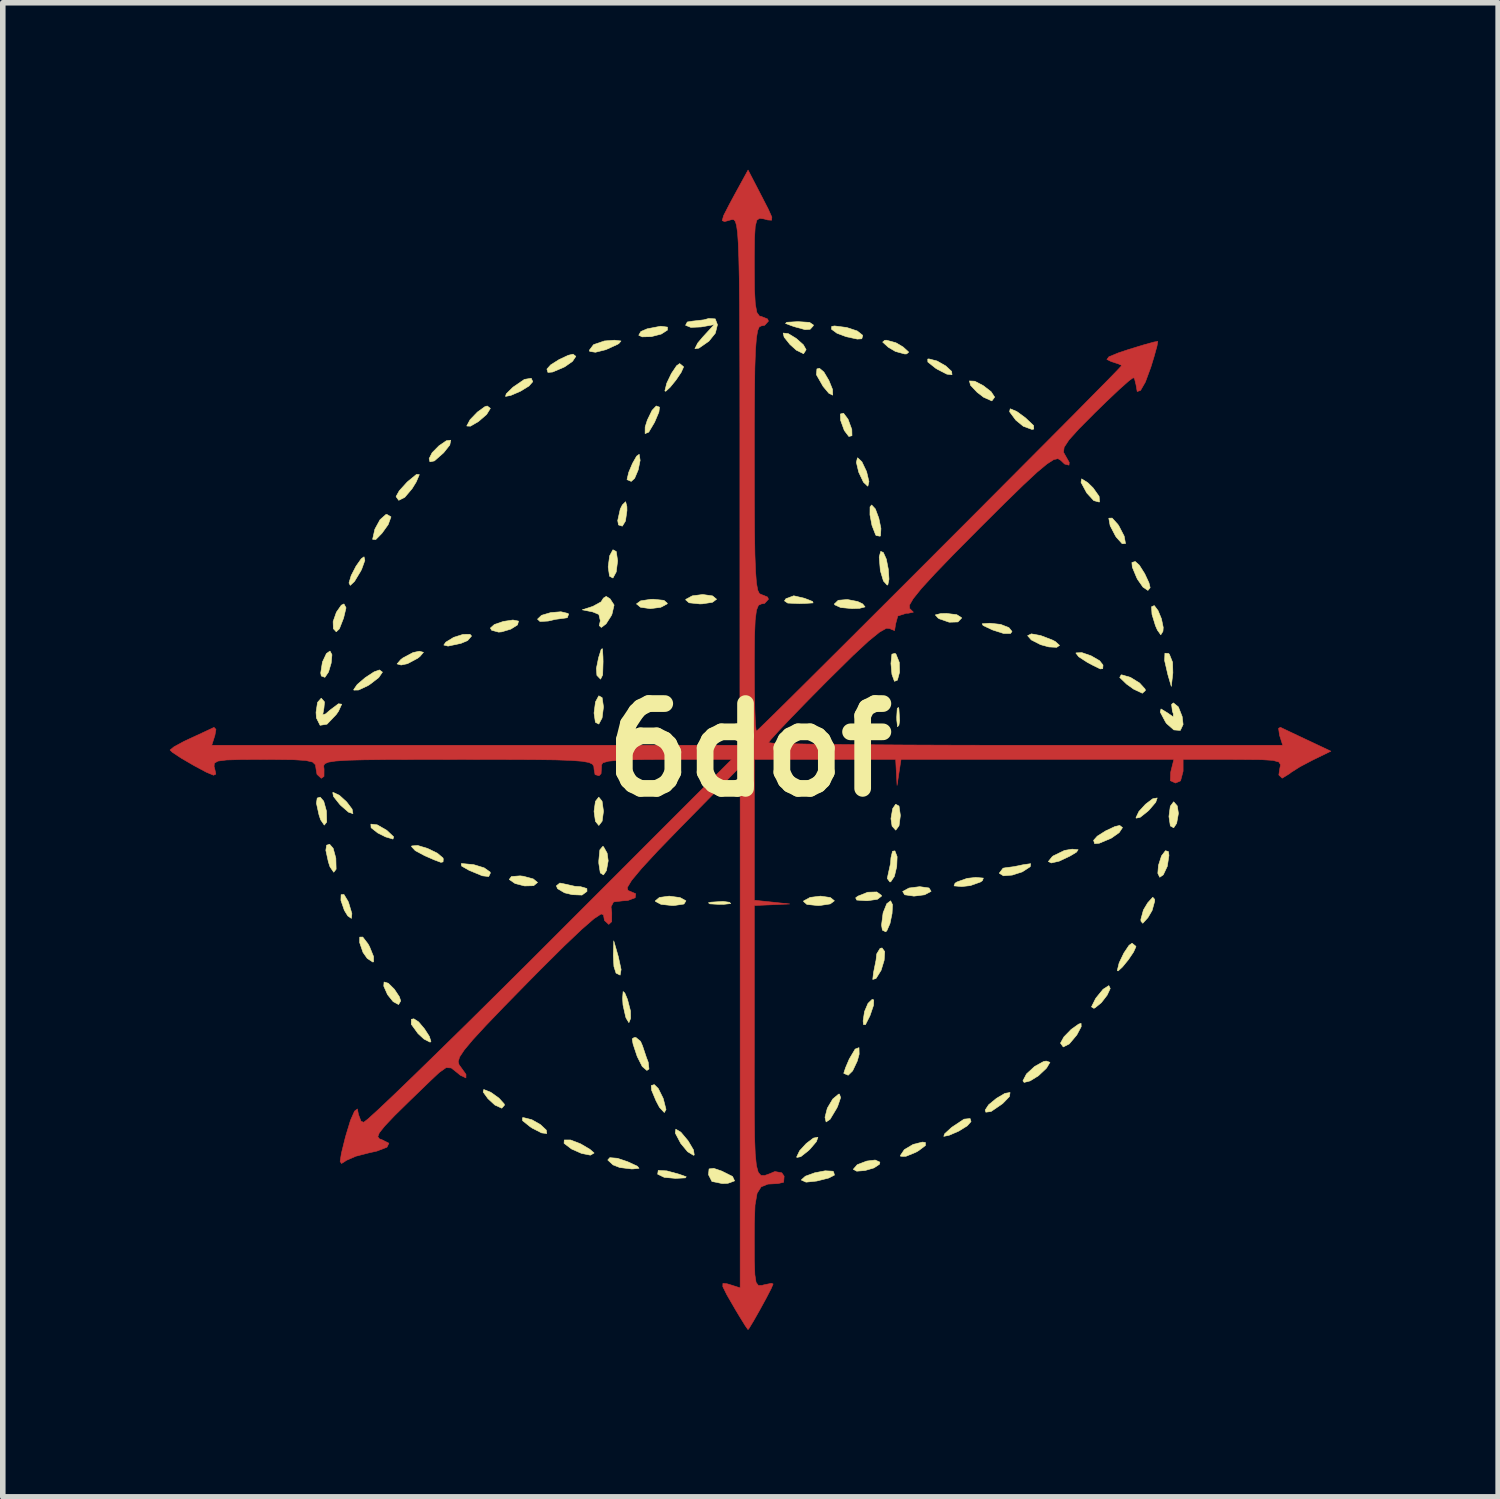
<source format=kicad_pcb>
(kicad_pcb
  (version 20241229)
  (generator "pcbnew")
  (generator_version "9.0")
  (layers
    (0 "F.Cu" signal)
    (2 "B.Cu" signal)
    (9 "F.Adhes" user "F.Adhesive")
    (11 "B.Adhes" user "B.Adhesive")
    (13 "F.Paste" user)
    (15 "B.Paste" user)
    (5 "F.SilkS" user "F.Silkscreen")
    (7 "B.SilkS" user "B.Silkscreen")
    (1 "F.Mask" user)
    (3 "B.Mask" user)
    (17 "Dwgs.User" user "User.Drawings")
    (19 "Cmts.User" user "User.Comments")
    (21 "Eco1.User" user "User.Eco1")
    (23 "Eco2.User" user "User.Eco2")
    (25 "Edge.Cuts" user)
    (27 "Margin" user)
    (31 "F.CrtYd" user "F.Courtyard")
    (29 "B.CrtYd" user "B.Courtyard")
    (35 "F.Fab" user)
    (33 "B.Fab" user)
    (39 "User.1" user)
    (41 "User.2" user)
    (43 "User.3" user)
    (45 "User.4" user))
  (footprint "6dof"
    (layer "F.Cu")
    (at 10.417 10.425)
    (property "Reference" "6dof" (at 0 0 0) (layer "F.SilkS") (effects (font (size 1.524 1.524) (thickness 0.3))))
    (attr through_hole)
    (fp_poly (pts (xy 0.198 -9.986) (xy 0.335 -9.72) (xy 0.4 -9.575) (xy 0.396 -9.519) (xy 0.328 -9.523) (xy 0.254 -9.543) (xy 0.179 -9.553) (xy 0.13 -9.518) (xy 0.102 -9.41) (xy 0.089 -9.199) (xy 0.085 -8.859) (xy 0.085 -8.688) (xy 0.088 -8.28) (xy 0.103 -8.013) (xy 0.131 -7.861) (xy 0.177 -7.797) (xy 0.212 -7.789) (xy 0.324 -7.744) (xy 0.339 -7.705) (xy 0.27 -7.63) (xy 0.212 -7.62) (xy 0.174 -7.602) (xy 0.145 -7.534) (xy 0.123 -7.401) (xy 0.106 -7.184) (xy 0.095 -6.866) (xy 0.089 -6.43) (xy 0.085 -5.858) (xy 0.085 -5.207) (xy 0.086 -4.496) (xy 0.089 -3.937) (xy 0.096 -3.513) (xy 0.108 -3.205) (xy 0.124 -2.997) (xy 0.147 -2.871) (xy 0.177 -2.809) (xy 0.212 -2.794) (xy 0.324 -2.748) (xy 0.339 -2.709) (xy 0.27 -2.634) (xy 0.212 -2.625) (xy 0.16 -2.601) (xy 0.124 -2.512) (xy 0.101 -2.334) (xy 0.089 -2.042) (xy 0.085 -1.611) (xy 0.085 -1.482) (xy 0.087 -1.064) (xy 0.095 -0.715) (xy 0.105 -0.465) (xy 0.119 -0.345) (xy 0.123 -0.339) (xy 0.186 -0.397) (xy 0.355 -0.561) (xy 0.617 -0.819) (xy 0.959 -1.158) (xy 1.367 -1.564) (xy 1.828 -2.023) (xy 2.329 -2.523) (xy 2.857 -3.05) (xy 3.398 -3.592) (xy 3.94 -4.134) (xy 4.468 -4.664) (xy 4.97 -5.168) (xy 5.433 -5.633) (xy 5.843 -6.045) (xy 6.186 -6.393) (xy 6.451 -6.661) (xy 6.622 -6.838) (xy 6.688 -6.909) (xy 6.689 -6.91) (xy 6.619 -6.94) (xy 6.498 -6.979) (xy 6.42 -7.017) (xy 6.456 -7.065) (xy 6.626 -7.135) (xy 6.812 -7.197) (xy 7.077 -7.278) (xy 7.265 -7.33) (xy 7.334 -7.341) (xy 7.32 -7.258) (xy 7.266 -7.063) (xy 7.21 -6.88) (xy 7.111 -6.611) (xy 7.024 -6.46) (xy 6.964 -6.441) (xy 6.943 -6.562) (xy 6.915 -6.675) (xy 6.892 -6.689) (xy 6.815 -6.633) (xy 6.645 -6.482) (xy 6.41 -6.26) (xy 6.202 -6.057) (xy 5.916 -5.769) (xy 5.739 -5.572) (xy 5.652 -5.44) (xy 5.64 -5.35) (xy 5.672 -5.293) (xy 5.743 -5.168) (xy 5.739 -5.118) (xy 5.66 -5.138) (xy 5.589 -5.206) (xy 5.54 -5.235) (xy 5.463 -5.217) (xy 5.344 -5.14) (xy 5.167 -4.993) (xy 4.918 -4.761) (xy 4.581 -4.433) (xy 4.142 -3.996) (xy 4.121 -3.975) (xy 3.667 -3.517) (xy 3.326 -3.163) (xy 3.086 -2.901) (xy 2.939 -2.718) (xy 2.872 -2.603) (xy 2.875 -2.542) (xy 2.883 -2.536) (xy 2.943 -2.477) (xy 2.85 -2.457) (xy 2.815 -2.457) (xy 2.663 -2.408) (xy 2.625 -2.269) (xy 2.605 -2.146) (xy 2.535 -2.173) (xy 2.526 -2.181) (xy 2.459 -2.188) (xy 2.334 -2.117) (xy 2.137 -1.957) (xy 1.856 -1.696) (xy 1.478 -1.323) (xy 1.383 -1.229) (xy 1.044 -0.886) (xy 0.751 -0.584) (xy 0.523 -0.344) (xy 0.38 -0.186) (xy 0.339 -0.132) (xy 0.421 -0.123) (xy 0.657 -0.115) (xy 1.032 -0.107) (xy 1.53 -0.1) (xy 2.136 -0.095) (xy 2.834 -0.09) (xy 3.61 -0.087) (xy 4.448 -0.085) (xy 4.959 -0.085) (xy 9.579 -0.085) (xy 9.522 -0.264) (xy 9.504 -0.389) (xy 9.537 -0.408) (xy 9.65 -0.354) (xy 9.861 -0.254) (xy 10.027 -0.176) (xy 10.444 0.021) (xy 10.114 0.182) (xy 9.89 0.3) (xy 9.729 0.402) (xy 9.701 0.425) (xy 9.569 0.506) (xy 9.509 0.448) (xy 9.525 0.339) (xy 9.54 0.264) (xy 9.509 0.215) (xy 9.403 0.186) (xy 9.195 0.173) (xy 8.857 0.17) (xy 8.684 0.169) (xy 7.789 0.169) (xy 7.789 0.381) (xy 7.743 0.554) (xy 7.653 0.593) (xy 7.56 0.551) (xy 7.565 0.403) (xy 7.57 0.381) (xy 7.623 0.169) (xy 2.721 0.169) (xy 2.685 0.402) (xy 2.65 0.635) (xy 2.637 0.402) (xy 2.625 0.169) (xy 0.085 0.169) (xy 0.085 2.699) (xy 0.402 2.732) (xy 0.72 2.766) (xy 0.085 2.794) (xy 0.085 5.258) (xy 0.084 5.971) (xy 0.085 6.531) (xy 0.09 6.955) (xy 0.102 7.262) (xy 0.123 7.467) (xy 0.156 7.588) (xy 0.204 7.642) (xy 0.269 7.645) (xy 0.355 7.615) (xy 0.455 7.573) (xy 0.579 7.596) (xy 0.621 7.657) (xy 0.612 7.766) (xy 0.512 7.789) (xy 0.33 7.799) (xy 0.208 7.848) (xy 0.135 7.964) (xy 0.098 8.176) (xy 0.086 8.512) (xy 0.085 8.778) (xy 0.086 9.172) (xy 0.095 9.425) (xy 0.117 9.565) (xy 0.158 9.62) (xy 0.223 9.619) (xy 0.254 9.61) (xy 0.389 9.582) (xy 0.423 9.593) (xy 0.387 9.678) (xy 0.297 9.852) (xy 0.181 10.064) (xy 0.07 10.26) (xy -0.009 10.39) (xy -0.028 10.413) (xy -0.075 10.347) (xy -0.179 10.179) (xy -0.254 10.054) (xy -0.408 9.788) (xy -0.481 9.64) (xy -0.479 9.583) (xy -0.406 9.589) (xy -0.349 9.606) (xy -0.169 9.663) (xy -0.169 0.3) (xy -1.249 1.399) (xy -1.653 1.816) (xy -1.94 2.127) (xy -2.12 2.343) (xy -2.198 2.472) (xy -2.185 2.524) (xy -2.18 2.525) (xy -2.046 2.582) (xy -2.055 2.654) (xy -2.189 2.704) (xy -2.274 2.709) (xy -2.444 2.729) (xy -2.489 2.817) (xy -2.476 2.921) (xy -2.477 3.084) (xy -2.53 3.133) (xy -2.607 3.062) (xy -2.625 2.962) (xy -2.666 2.945) (xy -2.794 3.029) (xy -3.015 3.221) (xy -3.334 3.524) (xy -3.759 3.946) (xy -3.976 4.166) (xy -4.412 4.611) (xy -4.74 4.953) (xy -4.974 5.207) (xy -5.126 5.389) (xy -5.209 5.514) (xy -5.235 5.599) (xy -5.218 5.658) (xy -5.203 5.677) (xy -5.095 5.827) (xy -5.096 5.891) (xy -5.196 5.844) (xy -5.251 5.798) (xy -5.36 5.712) (xy -5.452 5.706) (xy -5.576 5.794) (xy -5.724 5.933) (xy -6.106 6.302) (xy -6.379 6.57) (xy -6.556 6.757) (xy -6.652 6.877) (xy -6.679 6.947) (xy -6.652 6.985) (xy -6.602 7.003) (xy -6.48 7.065) (xy -6.515 7.136) (xy -6.697 7.206) (xy -6.836 7.237) (xy -7.073 7.298) (xy -7.243 7.372) (xy -7.26 7.384) (xy -7.331 7.429) (xy -7.356 7.391) (xy -7.333 7.244) (xy -7.263 6.962) (xy -7.253 6.926) (xy -7.17 6.653) (xy -7.097 6.488) (xy -7.046 6.449) (xy -7.027 6.548) (xy -6.981 6.669) (xy -6.933 6.689) (xy -6.857 6.63) (xy -6.673 6.463) (xy -6.392 6.197) (xy -6.026 5.844) (xy -5.585 5.414) (xy -5.08 4.919) (xy -4.524 4.369) (xy -3.927 3.776) (xy -3.58 3.429) (xy -0.322 0.169) (xy -1.513 0.169) (xy -1.992 0.172) (xy -2.323 0.181) (xy -2.531 0.2) (xy -2.636 0.229) (xy -2.663 0.273) (xy -2.659 0.288) (xy -2.668 0.425) (xy -2.704 0.462) (xy -2.776 0.442) (xy -2.794 0.344) (xy -2.798 0.293) (xy -2.823 0.254) (xy -2.886 0.224) (xy -3.007 0.202) (xy -3.202 0.187) (xy -3.491 0.177) (xy -3.891 0.172) (xy -4.42 0.17) (xy -5.098 0.169) (xy -5.241 0.169) (xy -5.948 0.17) (xy -6.503 0.171) (xy -6.925 0.176) (xy -7.231 0.184) (xy -7.439 0.198) (xy -7.566 0.218) (xy -7.632 0.246) (xy -7.652 0.283) (xy -7.647 0.33) (xy -7.645 0.339) (xy -7.646 0.474) (xy -7.695 0.508) (xy -7.772 0.437) (xy -7.789 0.339) (xy -7.8 0.265) (xy -7.851 0.216) (xy -7.973 0.188) (xy -8.193 0.174) (xy -8.542 0.17) (xy -8.726 0.169) (xy -9.134 0.171) (xy -9.4 0.179) (xy -9.551 0.199) (xy -9.616 0.236) (xy -9.621 0.296) (xy -9.608 0.343) (xy -9.589 0.433) (xy -9.63 0.453) (xy -9.761 0.398) (xy -9.983 0.279) (xy -10.213 0.145) (xy -10.369 0.042) (xy -10.412 0) (xy -10.342 -0.057) (xy -10.166 -0.153) (xy -10.053 -0.206) (xy -9.824 -0.312) (xy -9.659 -0.389) (xy -9.622 -0.407) (xy -9.587 -0.37) (xy -9.606 -0.264) (xy -9.663 -0.085) (xy -0.173 -0.085) (xy -0.174 -4.831) (xy -0.174 -5.846) (xy -0.175 -6.705) (xy -0.177 -7.421) (xy -0.18 -8.006) (xy -0.185 -8.473) (xy -0.193 -8.835) (xy -0.203 -9.106) (xy -0.216 -9.297) (xy -0.234 -9.423) (xy -0.255 -9.495) (xy -0.281 -9.527) (xy -0.313 -9.531) (xy -0.341 -9.524) (xy -0.449 -9.494) (xy -0.492 -9.512) (xy -0.465 -9.605) (xy -0.364 -9.802) (xy -0.268 -9.98) (xy -0.027 -10.42) (xy 0.198 -9.986)) (stroke (width 0.01) (type solid)) (fill yes) (layer "F.Cu"))
    (fp_poly (pts (xy 0.198 -9.986) (xy 0.335 -9.72) (xy 0.4 -9.575) (xy 0.396 -9.519) (xy 0.328 -9.523) (xy 0.254 -9.543) (xy 0.179 -9.553) (xy 0.13 -9.518) (xy 0.102 -9.41) (xy 0.089 -9.199) (xy 0.085 -8.859) (xy 0.085 -8.688) (xy 0.088 -8.28) (xy 0.103 -8.013) (xy 0.131 -7.861) (xy 0.177 -7.797) (xy 0.212 -7.789) (xy 0.324 -7.744) (xy 0.339 -7.705) (xy 0.27 -7.63) (xy 0.212 -7.62) (xy 0.174 -7.602) (xy 0.145 -7.534) (xy 0.123 -7.401) (xy 0.106 -7.184) (xy 0.095 -6.866) (xy 0.089 -6.43) (xy 0.085 -5.858) (xy 0.085 -5.207) (xy 0.086 -4.496) (xy 0.089 -3.937) (xy 0.096 -3.513) (xy 0.108 -3.205) (xy 0.124 -2.997) (xy 0.147 -2.871) (xy 0.177 -2.809) (xy 0.212 -2.794) (xy 0.324 -2.748) (xy 0.339 -2.709) (xy 0.27 -2.634) (xy 0.212 -2.625) (xy 0.16 -2.601) (xy 0.124 -2.512) (xy 0.101 -2.334) (xy 0.089 -2.042) (xy 0.085 -1.611) (xy 0.085 -1.482) (xy 0.087 -1.064) (xy 0.095 -0.715) (xy 0.105 -0.465) (xy 0.119 -0.345) (xy 0.123 -0.339) (xy 0.186 -0.397) (xy 0.355 -0.561) (xy 0.617 -0.819) (xy 0.959 -1.158) (xy 1.367 -1.564) (xy 1.828 -2.023) (xy 2.329 -2.523) (xy 2.857 -3.05) (xy 3.398 -3.592) (xy 3.94 -4.134) (xy 4.468 -4.664) (xy 4.97 -5.168) (xy 5.433 -5.633) (xy 5.843 -6.045) (xy 6.186 -6.393) (xy 6.451 -6.661) (xy 6.622 -6.838) (xy 6.688 -6.909) (xy 6.689 -6.91) (xy 6.619 -6.94) (xy 6.498 -6.979) (xy 6.42 -7.017) (xy 6.456 -7.065) (xy 6.626 -7.135) (xy 6.812 -7.197) (xy 7.077 -7.278) (xy 7.265 -7.33) (xy 7.334 -7.341) (xy 7.32 -7.258) (xy 7.266 -7.063) (xy 7.21 -6.88) (xy 7.111 -6.611) (xy 7.024 -6.46) (xy 6.964 -6.441) (xy 6.943 -6.562) (xy 6.915 -6.675) (xy 6.892 -6.689) (xy 6.815 -6.633) (xy 6.645 -6.482) (xy 6.41 -6.26) (xy 6.202 -6.057) (xy 5.916 -5.769) (xy 5.739 -5.572) (xy 5.652 -5.44) (xy 5.64 -5.35) (xy 5.672 -5.293) (xy 5.743 -5.168) (xy 5.739 -5.118) (xy 5.66 -5.138) (xy 5.589 -5.206) (xy 5.54 -5.235) (xy 5.463 -5.217) (xy 5.344 -5.14) (xy 5.167 -4.993) (xy 4.918 -4.761) (xy 4.581 -4.433) (xy 4.142 -3.996) (xy 4.121 -3.975) (xy 3.667 -3.517) (xy 3.326 -3.163) (xy 3.086 -2.901) (xy 2.939 -2.718) (xy 2.872 -2.603) (xy 2.875 -2.542) (xy 2.883 -2.536) (xy 2.943 -2.477) (xy 2.85 -2.457) (xy 2.815 -2.457) (xy 2.663 -2.408) (xy 2.625 -2.269) (xy 2.605 -2.146) (xy 2.535 -2.173) (xy 2.526 -2.181) (xy 2.459 -2.188) (xy 2.334 -2.117) (xy 2.137 -1.957) (xy 1.856 -1.696) (xy 1.478 -1.323) (xy 1.383 -1.229) (xy 1.044 -0.886) (xy 0.751 -0.584) (xy 0.523 -0.344) (xy 0.38 -0.186) (xy 0.339 -0.132) (xy 0.421 -0.123) (xy 0.657 -0.115) (xy 1.032 -0.107) (xy 1.53 -0.1) (xy 2.136 -0.095) (xy 2.834 -0.09) (xy 3.61 -0.087) (xy 4.448 -0.085) (xy 4.959 -0.085) (xy 9.579 -0.085) (xy 9.522 -0.264) (xy 9.504 -0.389) (xy 9.537 -0.408) (xy 9.65 -0.354) (xy 9.861 -0.254) (xy 10.027 -0.176) (xy 10.444 0.021) (xy 10.114 0.182) (xy 9.89 0.3) (xy 9.729 0.402) (xy 9.701 0.425) (xy 9.569 0.506) (xy 9.509 0.448) (xy 9.525 0.339) (xy 9.54 0.264) (xy 9.509 0.215) (xy 9.403 0.186) (xy 9.195 0.173) (xy 8.857 0.17) (xy 8.684 0.169) (xy 7.789 0.169) (xy 7.789 0.381) (xy 7.743 0.554) (xy 7.653 0.593) (xy 7.56 0.551) (xy 7.565 0.403) (xy 7.57 0.381) (xy 7.623 0.169) (xy 2.721 0.169) (xy 2.685 0.402) (xy 2.65 0.635) (xy 2.637 0.402) (xy 2.625 0.169) (xy 0.085 0.169) (xy 0.085 2.699) (xy 0.402 2.732) (xy 0.72 2.766) (xy 0.085 2.794) (xy 0.085 5.258) (xy 0.084 5.971) (xy 0.085 6.531) (xy 0.09 6.955) (xy 0.102 7.262) (xy 0.123 7.467) (xy 0.156 7.588) (xy 0.204 7.642) (xy 0.269 7.645) (xy 0.355 7.615) (xy 0.455 7.573) (xy 0.579 7.596) (xy 0.621 7.657) (xy 0.612 7.766) (xy 0.512 7.789) (xy 0.33 7.799) (xy 0.208 7.848) (xy 0.135 7.964) (xy 0.098 8.176) (xy 0.086 8.512) (xy 0.085 8.778) (xy 0.086 9.172) (xy 0.095 9.425) (xy 0.117 9.565) (xy 0.158 9.62) (xy 0.223 9.619) (xy 0.254 9.61) (xy 0.389 9.582) (xy 0.423 9.593) (xy 0.387 9.678) (xy 0.297 9.852) (xy 0.181 10.064) (xy 0.07 10.26) (xy -0.009 10.39) (xy -0.028 10.413) (xy -0.075 10.347) (xy -0.179 10.179) (xy -0.254 10.054) (xy -0.408 9.788) (xy -0.481 9.64) (xy -0.479 9.583) (xy -0.406 9.589) (xy -0.349 9.606) (xy -0.169 9.663) (xy -0.169 0.3) (xy -1.249 1.399) (xy -1.653 1.816) (xy -1.94 2.127) (xy -2.12 2.343) (xy -2.198 2.472) (xy -2.185 2.524) (xy -2.18 2.525) (xy -2.046 2.582) (xy -2.055 2.654) (xy -2.189 2.704) (xy -2.274 2.709) (xy -2.444 2.729) (xy -2.489 2.817) (xy -2.476 2.921) (xy -2.477 3.084) (xy -2.53 3.133) (xy -2.607 3.062) (xy -2.625 2.962) (xy -2.666 2.945) (xy -2.794 3.029) (xy -3.015 3.221) (xy -3.334 3.524) (xy -3.759 3.946) (xy -3.976 4.166) (xy -4.412 4.611) (xy -4.74 4.953) (xy -4.974 5.207) (xy -5.126 5.389) (xy -5.209 5.514) (xy -5.235 5.599) (xy -5.218 5.658) (xy -5.203 5.677) (xy -5.095 5.827) (xy -5.096 5.891) (xy -5.196 5.844) (xy -5.251 5.798) (xy -5.36 5.712) (xy -5.452 5.706) (xy -5.576 5.794) (xy -5.724 5.933) (xy -6.106 6.302) (xy -6.379 6.57) (xy -6.556 6.757) (xy -6.652 6.877) (xy -6.679 6.947) (xy -6.652 6.985) (xy -6.602 7.003) (xy -6.48 7.065) (xy -6.515 7.136) (xy -6.697 7.206) (xy -6.836 7.237) (xy -7.073 7.298) (xy -7.243 7.372) (xy -7.26 7.384) (xy -7.331 7.429) (xy -7.356 7.391) (xy -7.333 7.244) (xy -7.263 6.962) (xy -7.253 6.926) (xy -7.17 6.653) (xy -7.097 6.488) (xy -7.046 6.449) (xy -7.027 6.548) (xy -6.981 6.669) (xy -6.933 6.689) (xy -6.857 6.63) (xy -6.673 6.463) (xy -6.392 6.197) (xy -6.026 5.844) (xy -5.585 5.414) (xy -5.08 4.919) (xy -4.524 4.369) (xy -3.927 3.776) (xy -3.58 3.429) (xy -0.322 0.169) (xy -1.513 0.169) (xy -1.992 0.172) (xy -2.323 0.181) (xy -2.531 0.2) (xy -2.636 0.229) (xy -2.663 0.273) (xy -2.659 0.288) (xy -2.668 0.425) (xy -2.704 0.462) (xy -2.776 0.442) (xy -2.794 0.344) (xy -2.798 0.293) (xy -2.823 0.254) (xy -2.886 0.224) (xy -3.007 0.202) (xy -3.202 0.187) (xy -3.491 0.177) (xy -3.891 0.172) (xy -4.42 0.17) (xy -5.098 0.169) (xy -5.241 0.169) (xy -5.948 0.17) (xy -6.503 0.171) (xy -6.925 0.176) (xy -7.231 0.184) (xy -7.439 0.198) (xy -7.566 0.218) (xy -7.632 0.246) (xy -7.652 0.283) (xy -7.647 0.33) (xy -7.645 0.339) (xy -7.646 0.474) (xy -7.695 0.508) (xy -7.772 0.437) (xy -7.789 0.339) (xy -7.8 0.265) (xy -7.851 0.216) (xy -7.973 0.188) (xy -8.193 0.174) (xy -8.542 0.17) (xy -8.726 0.169) (xy -9.134 0.171) (xy -9.4 0.179) (xy -9.551 0.199) (xy -9.616 0.236) (xy -9.621 0.296) (xy -9.608 0.343) (xy -9.589 0.433) (xy -9.63 0.453) (xy -9.761 0.398) (xy -9.983 0.279) (xy -10.213 0.145) (xy -10.369 0.042) (xy -10.412 0) (xy -10.342 -0.057) (xy -10.166 -0.153) (xy -10.053 -0.206) (xy -9.824 -0.312) (xy -9.659 -0.389) (xy -9.622 -0.407) (xy -9.587 -0.37) (xy -9.606 -0.264) (xy -9.663 -0.085) (xy -0.173 -0.085) (xy -0.174 -4.831) (xy -0.174 -5.846) (xy -0.175 -6.705) (xy -0.177 -7.421) (xy -0.18 -8.006) (xy -0.185 -8.473) (xy -0.193 -8.835) (xy -0.203 -9.106) (xy -0.216 -9.297) (xy -0.234 -9.423) (xy -0.255 -9.495) (xy -0.281 -9.527) (xy -0.313 -9.531) (xy -0.341 -9.524) (xy -0.449 -9.494) (xy -0.492 -9.512) (xy -0.465 -9.605) (xy -0.364 -9.802) (xy -0.268 -9.98) (xy -0.027 -10.42) (xy 0.198 -9.986)) (stroke (width 0.01) (type solid)) (fill yes) (layer "F.Mask"))
    (fp_poly (pts (xy -2.358 3.713) (xy -2.308 3.944) (xy -2.326 4.044) (xy -2.399 4.008) (xy -2.437 3.89) (xy -2.448 3.69) (xy -2.44 3.429) (xy -2.358 3.713)) (stroke (width 0.01) (type solid)) (fill yes) (layer "F.SilkS"))
    (fp_poly (pts (xy -0.359 2.736) (xy -0.339 2.759) (xy -0.461 2.772) (xy -0.55 2.773) (xy -0.714 2.764) (xy -0.739 2.745) (xy -0.698 2.734) (xy -0.477 2.72) (xy -0.359 2.736)) (stroke (width 0.01) (type solid)) (fill yes) (layer "F.SilkS"))
    (fp_poly (pts (xy 1.769 -5.943) (xy 1.837 -5.759) (xy 1.84 -5.647) (xy 1.784 -5.633) (xy 1.702 -5.741) (xy 1.635 -5.925) (xy 1.631 -6.037) (xy 1.688 -6.051) (xy 1.769 -5.943)) (stroke (width 0.01) (type solid)) (fill yes) (layer "F.SilkS"))
    (fp_poly (pts (xy 2.683 -0.741) (xy 2.696 -0.526) (xy 2.683 -0.445) (xy 2.658 -0.418) (xy 2.645 -0.535) (xy 2.644 -0.593) (xy 2.653 -0.747) (xy 2.675 -0.765) (xy 2.683 -0.741)) (stroke (width 0.01) (type solid)) (fill yes) (layer "F.SilkS"))
    (fp_poly (pts (xy 7.526 -1.735) (xy 7.542 -1.721) (xy 7.6 -1.576) (xy 7.605 -1.386) (xy 7.577 -1.143) (xy 7.515 -1.355) (xy 7.457 -1.606) (xy 7.462 -1.739) (xy 7.526 -1.735)) (stroke (width 0.01) (type solid)) (fill yes) (layer "F.SilkS"))
    (fp_poly (pts (xy -7.503 -1.712) (xy -7.517 -1.562) (xy -7.565 -1.401) (xy -7.63 -1.306) (xy -7.695 -1.33) (xy -7.705 -1.385) (xy -7.674 -1.581) (xy -7.602 -1.734) (xy -7.538 -1.778) (xy -7.503 -1.712)) (stroke (width 0.01) (type solid)) (fill yes) (layer "F.SilkS"))
    (fp_poly (pts (xy -7.25 -2.555) (xy -7.294 -2.371) (xy -7.37 -2.177) (xy -7.426 -2.124) (xy -7.478 -2.18) (xy -7.482 -2.308) (xy -7.423 -2.476) (xy -7.335 -2.602) (xy -7.288 -2.625) (xy -7.25 -2.555)) (stroke (width 0.01) (type solid)) (fill yes) (layer "F.SilkS"))
    (fp_poly (pts (xy -7.213 2.72) (xy -7.204 2.742) (xy -7.145 2.939) (xy -7.154 3.025) (xy -7.218 2.981) (xy -7.28 2.881) (xy -7.342 2.701) (xy -7.339 2.599) (xy -7.288 2.595) (xy -7.213 2.72)) (stroke (width 0.01) (type solid)) (fill yes) (layer "F.SilkS"))
    (fp_poly (pts (xy -6.69 1.344) (xy -6.521 1.441) (xy -6.517 1.444) (xy -6.394 1.56) (xy -6.407 1.6) (xy -6.539 1.561) (xy -6.679 1.491) (xy -6.8 1.396) (xy -6.804 1.331) (xy -6.69 1.344)) (stroke (width 0.01) (type solid)) (fill yes) (layer "F.SilkS"))
    (fp_poly (pts (xy -6.491 4.19) (xy -6.382 4.298) (xy -6.292 4.433) (xy -6.268 4.508) (xy -6.306 4.573) (xy -6.403 4.521) (xy -6.505 4.394) (xy -6.572 4.242) (xy -6.567 4.168) (xy -6.491 4.19)) (stroke (width 0.01) (type solid)) (fill yes) (layer "F.SilkS"))
    (fp_poly (pts (xy -5.386 -5.48) (xy -5.496 -5.341) (xy -5.663 -5.194) (xy -5.743 -5.178) (xy -5.757 -5.236) (xy -5.703 -5.342) (xy -5.58 -5.466) (xy -5.447 -5.557) (xy -5.369 -5.566) (xy -5.386 -5.48)) (stroke (width 0.01) (type solid)) (fill yes) (layer "F.SilkS"))
    (fp_poly (pts (xy -4.995 -2.048) (xy -5.066 -1.966) (xy -5.186 -1.916) (xy -5.417 -1.867) (xy -5.493 -1.886) (xy -5.457 -1.938) (xy -5.316 -2.024) (xy -5.149 -2.077) (xy -5.023 -2.079) (xy -4.995 -2.048)) (stroke (width 0.01) (type solid)) (fill yes) (layer "F.SilkS"))
    (fp_poly (pts (xy -4.65 6.149) (xy -4.503 6.254) (xy -4.409 6.358) (xy -4.403 6.38) (xy -4.452 6.435) (xy -4.575 6.379) (xy -4.699 6.265) (xy -4.786 6.145) (xy -4.776 6.099) (xy -4.65 6.149)) (stroke (width 0.01) (type solid)) (fill yes) (layer "F.SilkS"))
    (fp_poly (pts (xy -2.634 -1.674) (xy -2.632 -1.587) (xy -2.639 -1.35) (xy -2.677 -1.273) (xy -2.743 -1.341) (xy -2.752 -1.465) (xy -2.713 -1.658) (xy -2.665 -1.811) (xy -2.643 -1.82) (xy -2.634 -1.674)) (stroke (width 0.01) (type solid)) (fill yes) (layer "F.SilkS"))
    (fp_poly (pts (xy -2.204 -4.373) (xy -2.203 -4.302) (xy -2.23 -4.114) (xy -2.286 -4.022) (xy -2.355 -4.044) (xy -2.369 -4.123) (xy -2.323 -4.329) (xy -2.286 -4.403) (xy -2.227 -4.461) (xy -2.204 -4.373)) (stroke (width 0.01) (type solid)) (fill yes) (layer "F.SilkS"))
    (fp_poly (pts (xy -1.475 -7.598) (xy -1.475 -7.545) (xy -1.587 -7.473) (xy -1.766 -7.427) (xy -1.929 -7.423) (xy -1.991 -7.452) (xy -1.953 -7.519) (xy -1.841 -7.567) (xy -1.597 -7.614) (xy -1.475 -7.598)) (stroke (width 0.01) (type solid)) (fill yes) (layer "F.SilkS"))
    (fp_poly (pts (xy -1.233 6.868) (xy -1.104 7.022) (xy -1.007 7.186) (xy -0.994 7.276) (xy -1.008 7.281) (xy -1.113 7.217) (xy -1.237 7.067) (xy -1.335 6.881) (xy -1.325 6.812) (xy -1.233 6.868)) (stroke (width 0.01) (type solid)) (fill yes) (layer "F.SilkS"))
    (fp_poly (pts (xy -0.502 7.564) (xy -0.306 7.662) (xy -0.269 7.741) (xy -0.39 7.785) (xy -0.49 7.789) (xy -0.676 7.752) (xy -0.738 7.63) (xy -0.728 7.526) (xy -0.643 7.516) (xy -0.502 7.564)) (stroke (width 0.01) (type solid)) (fill yes) (layer "F.SilkS"))
    (fp_poly (pts (xy 0.695 -7.481) (xy 0.837 -7.395) (xy 0.966 -7.281) (xy 1.016 -7.192) (xy 0.97 -7.12) (xy 0.841 -7.183) (xy 0.726 -7.286) (xy 0.621 -7.418) (xy 0.604 -7.491) (xy 0.695 -7.481)) (stroke (width 0.01) (type solid)) (fill yes) (layer "F.SilkS"))
    (fp_poly (pts (xy 0.987 -2.726) (xy 1.132 -2.669) (xy 1.141 -2.643) (xy 1 -2.634) (xy 0.893 -2.631) (xy 0.685 -2.64) (xy 0.627 -2.68) (xy 0.653 -2.719) (xy 0.794 -2.771) (xy 0.987 -2.726)) (stroke (width 0.01) (type solid)) (fill yes) (layer "F.SilkS"))
    (fp_poly (pts (xy 2.341 7.404) (xy 2.335 7.441) (xy 2.235 7.508) (xy 2.074 7.555) (xy 1.925 7.567) (xy 1.863 7.533) (xy 1.935 7.45) (xy 2.105 7.385) (xy 2.256 7.366) (xy 2.341 7.404)) (stroke (width 0.01) (type solid)) (fill yes) (layer "F.SilkS"))
    (fp_poly (pts (xy 2.631 -1.721) (xy 2.69 -1.574) (xy 2.695 -1.399) (xy 2.656 -1.255) (xy 2.603 -1.234) (xy 2.558 -1.358) (xy 2.54 -1.555) (xy 2.557 -1.722) (xy 2.613 -1.737) (xy 2.631 -1.721)) (stroke (width 0.01) (type solid)) (fill yes) (layer "F.SilkS"))
    (fp_poly (pts (xy 4.8 -6.082) (xy 4.956 -5.968) (xy 5.103 -5.829) (xy 5.106 -5.766) (xy 5.072 -5.76) (xy 4.917 -5.817) (xy 4.783 -5.927) (xy 4.671 -6.078) (xy 4.683 -6.131) (xy 4.8 -6.082)) (stroke (width 0.01) (type solid)) (fill yes) (layer "F.SilkS"))
    (fp_poly (pts (xy 7.525 1.824) (xy 7.535 1.893) (xy 7.505 2.089) (xy 7.433 2.242) (xy 7.369 2.286) (xy 7.335 2.215) (xy 7.346 2.073) (xy 7.401 1.902) (xy 7.472 1.809) (xy 7.525 1.824)) (stroke (width 0.01) (type solid)) (fill yes) (layer "F.SilkS"))
    (fp_poly (pts (xy -7.651 0.92) (xy -7.602 1.097) (xy -7.602 1.101) (xy -7.597 1.294) (xy -7.641 1.349) (xy -7.707 1.253) (xy -7.736 1.164) (xy -7.782 0.955) (xy -7.768 0.863) (xy -7.714 0.847) (xy -7.651 0.92)) (stroke (width 0.01) (type solid)) (fill yes) (layer "F.SilkS"))
    (fp_poly (pts (xy -7.481 1.767) (xy -7.433 1.944) (xy -7.433 1.947) (xy -7.428 2.141) (xy -7.471 2.196) (xy -7.538 2.099) (xy -7.567 2.011) (xy -7.613 1.801) (xy -7.599 1.71) (xy -7.545 1.693) (xy -7.481 1.767)) (stroke (width 0.01) (type solid)) (fill yes) (layer "F.SilkS"))
    (fp_poly (pts (xy -7.369 0.814) (xy -7.239 0.933) (xy -7.141 1.062) (xy -7.126 1.143) (xy -7.205 1.117) (xy -7.343 0.997) (xy -7.366 0.973) (xy -7.475 0.835) (xy -7.489 0.764) (xy -7.479 0.762) (xy -7.369 0.814)) (stroke (width 0.01) (type solid)) (fill yes) (layer "F.SilkS"))
    (fp_poly (pts (xy -6.912 -3.407) (xy -6.969 -3.249) (xy -6.985 -3.217) (xy -7.098 -3.029) (xy -7.174 -2.958) (xy -7.197 -3.002) (xy -7.158 -3.133) (xy -7.071 -3.302) (xy -6.976 -3.437) (xy -6.927 -3.471) (xy -6.912 -3.407)) (stroke (width 0.01) (type solid)) (fill yes) (layer "F.SilkS"))
    (fp_poly (pts (xy -6.856 3.482) (xy -6.827 3.535) (xy -6.755 3.712) (xy -6.755 3.805) (xy -6.768 3.81) (xy -6.869 3.744) (xy -6.945 3.636) (xy -7.006 3.458) (xy -7.004 3.361) (xy -6.95 3.36) (xy -6.856 3.482)) (stroke (width 0.01) (type solid)) (fill yes) (layer "F.SilkS"))
    (fp_poly (pts (xy -6.442 -4.189) (xy -6.493 -4.05) (xy -6.604 -3.895) (xy -6.715 -3.782) (xy -6.77 -3.783) (xy -6.771 -3.794) (xy -6.732 -3.968) (xy -6.639 -4.138) (xy -6.534 -4.231) (xy -6.516 -4.233) (xy -6.442 -4.189)) (stroke (width 0.01) (type solid)) (fill yes) (layer "F.SilkS"))
    (fp_poly (pts (xy -5.947 4.884) (xy -5.842 5.008) (xy -5.754 5.144) (xy -5.724 5.237) (xy -5.74 5.249) (xy -5.85 5.193) (xy -5.956 5.095) (xy -6.078 4.927) (xy -6.077 4.838) (xy -6.032 4.829) (xy -5.947 4.884)) (stroke (width 0.01) (type solid)) (fill yes) (layer "F.SilkS"))
    (fp_poly (pts (xy -5.859 -1.755) (xy -5.923 -1.68) (xy -5.964 -1.648) (xy -6.146 -1.551) (xy -6.26 -1.527) (xy -6.333 -1.547) (xy -6.269 -1.622) (xy -6.228 -1.654) (xy -6.046 -1.751) (xy -5.932 -1.775) (xy -5.859 -1.755)) (stroke (width 0.01) (type solid)) (fill yes) (layer "F.SilkS"))
    (fp_poly (pts (xy -4.657 -6.138) (xy -4.724 -6.029) (xy -4.871 -5.902) (xy -5.015 -5.818) (xy -5.08 -5.821) (xy -5.08 -5.825) (xy -5.021 -5.935) (xy -4.89 -6.071) (xy -4.756 -6.168) (xy -4.713 -6.181) (xy -4.657 -6.138)) (stroke (width 0.01) (type solid)) (fill yes) (layer "F.SilkS"))
    (fp_poly (pts (xy -4.151 -2.316) (xy -4.169 -2.248) (xy -4.29 -2.172) (xy -4.453 -2.123) (xy -4.508 -2.118) (xy -4.634 -2.152) (xy -4.657 -2.191) (xy -4.585 -2.255) (xy -4.424 -2.31) (xy -4.252 -2.336) (xy -4.151 -2.316)) (stroke (width 0.01) (type solid)) (fill yes) (layer "F.SilkS"))
    (fp_poly (pts (xy -4.064 2.268) (xy -3.886 2.316) (xy -3.81 2.379) (xy -3.81 2.38) (xy -3.88 2.438) (xy -4.043 2.442) (xy -4.212 2.399) (xy -4.318 2.326) (xy -4.279 2.273) (xy -4.122 2.261) (xy -4.064 2.268)) (stroke (width 0.01) (type solid)) (fill yes) (layer "F.SilkS"))
    (fp_poly (pts (xy -3.912 6.642) (xy -3.757 6.73) (xy -3.652 6.829) (xy -3.644 6.89) (xy -3.737 6.879) (xy -3.907 6.792) (xy -3.94 6.77) (xy -4.078 6.66) (xy -4.081 6.607) (xy -4.059 6.605) (xy -3.912 6.642)) (stroke (width 0.01) (type solid)) (fill yes) (layer "F.SilkS"))
    (fp_poly (pts (xy -3.895 -6.618) (xy -3.963 -6.54) (xy -4.118 -6.445) (xy -4.29 -6.371) (xy -4.385 -6.353) (xy -4.371 -6.4) (xy -4.257 -6.512) (xy -4.245 -6.522) (xy -4.045 -6.659) (xy -3.923 -6.679) (xy -3.895 -6.618)) (stroke (width 0.01) (type solid)) (fill yes) (layer "F.SilkS"))
    (fp_poly (pts (xy -3.216 7.006) (xy -3.037 7.075) (xy -2.87 7.173) (xy -2.794 7.239) (xy -2.794 7.241) (xy -2.86 7.279) (xy -3.02 7.247) (xy -3.199 7.168) (xy -3.333 7.066) (xy -3.329 7.006) (xy -3.216 7.006)) (stroke (width 0.01) (type solid)) (fill yes) (layer "F.SilkS"))
    (fp_poly (pts (xy -2.649 -0.941) (xy -2.625 -0.777) (xy -2.625 -0.772) (xy -2.65 -0.575) (xy -2.709 -0.466) (xy -2.77 -0.498) (xy -2.794 -0.662) (xy -2.794 -0.667) (xy -2.768 -0.865) (xy -2.709 -0.974) (xy -2.649 -0.941)) (stroke (width 0.01) (type solid)) (fill yes) (layer "F.SilkS"))
    (fp_poly (pts (xy -2.625 1.736) (xy -2.559 1.853) (xy -2.54 1.99) (xy -2.572 2.167) (xy -2.625 2.244) (xy -2.682 2.208) (xy -2.709 2.034) (xy -2.709 1.99) (xy -2.69 1.794) (xy -2.637 1.731) (xy -2.625 1.736)) (stroke (width 0.01) (type solid)) (fill yes) (layer "F.SilkS"))
    (fp_poly (pts (xy -2.395 -3.566) (xy -2.371 -3.402) (xy -2.371 -3.397) (xy -2.396 -3.199) (xy -2.455 -3.09) (xy -2.516 -3.123) (xy -2.54 -3.287) (xy -2.54 -3.292) (xy -2.514 -3.489) (xy -2.455 -3.598) (xy -2.395 -3.566)) (stroke (width 0.01) (type solid)) (fill yes) (layer "F.SilkS"))
    (fp_poly (pts (xy -2.374 7.335) (xy -2.19 7.397) (xy -2.015 7.478) (xy -1.986 7.515) (xy -2.092 7.526) (xy -2.117 7.527) (xy -2.332 7.501) (xy -2.453 7.454) (xy -2.548 7.366) (xy -2.511 7.324) (xy -2.374 7.335)) (stroke (width 0.01) (type solid)) (fill yes) (layer "F.SilkS"))
    (fp_poly (pts (xy -2.31 -7.349) (xy -2.349 -7.302) (xy -2.371 -7.289) (xy -2.584 -7.192) (xy -2.769 -7.146) (xy -2.872 -7.162) (xy -2.879 -7.182) (xy -2.803 -7.283) (xy -2.61 -7.349) (xy -2.427 -7.363) (xy -2.31 -7.349)) (stroke (width 0.01) (type solid)) (fill yes) (layer "F.SilkS"))
    (fp_poly (pts (xy -2.241 4.367) (xy -2.193 4.482) (xy -2.139 4.69) (xy -2.137 4.821) (xy -2.168 4.898) (xy -2.216 4.82) (xy -2.225 4.798) (xy -2.274 4.581) (xy -2.281 4.459) (xy -2.272 4.339) (xy -2.241 4.367)) (stroke (width 0.01) (type solid)) (fill yes) (layer "F.SilkS"))
    (fp_poly (pts (xy -1.966 -5.204) (xy -2.001 -5.033) (xy -2.065 -4.881) (xy -2.126 -4.826) (xy -2.201 -4.857) (xy -2.201 -4.863) (xy -2.171 -4.989) (xy -2.103 -5.15) (xy -2.029 -5.28) (xy -1.983 -5.313) (xy -1.966 -5.204)) (stroke (width 0.01) (type solid)) (fill yes) (layer "F.SilkS"))
    (fp_poly (pts (xy -1.64 6.082) (xy -1.555 6.253) (xy -1.55 6.265) (xy -1.501 6.459) (xy -1.532 6.513) (xy -1.618 6.421) (xy -1.68 6.304) (xy -1.76 6.112) (xy -1.767 6.029) (xy -1.712 6.011) (xy -1.64 6.082)) (stroke (width 0.01) (type solid)) (fill yes) (layer "F.SilkS"))
    (fp_poly (pts (xy -1.618 -6.16) (xy -1.629 -6.072) (xy -1.707 -5.888) (xy -1.812 -5.711) (xy -1.877 -5.685) (xy -1.876 -5.803) (xy -1.837 -5.927) (xy -1.752 -6.102) (xy -1.678 -6.18) (xy -1.675 -6.181) (xy -1.618 -6.16)) (stroke (width 0.01) (type solid)) (fill yes) (layer "F.SilkS"))
    (fp_poly (pts (xy -1.538 -2.689) (xy -1.477 -2.636) (xy -1.482 -2.625) (xy -1.596 -2.564) (xy -1.783 -2.54) (xy -1.959 -2.565) (xy -2.032 -2.625) (xy -1.957 -2.68) (xy -1.774 -2.708) (xy -1.731 -2.709) (xy -1.538 -2.689)) (stroke (width 0.01) (type solid)) (fill yes) (layer "F.SilkS"))
    (fp_poly (pts (xy -1.488 7.561) (xy -1.27 7.62) (xy -1.138 7.667) (xy -1.153 7.687) (xy -1.326 7.696) (xy -1.329 7.696) (xy -1.532 7.678) (xy -1.649 7.622) (xy -1.651 7.62) (xy -1.641 7.553) (xy -1.488 7.561)) (stroke (width 0.01) (type solid)) (fill yes) (layer "F.SilkS"))
    (fp_poly (pts (xy -1.249 2.651) (xy -1.143 2.709) (xy -1.179 2.767) (xy -1.351 2.793) (xy -1.392 2.794) (xy -1.59 2.773) (xy -1.69 2.721) (xy -1.693 2.709) (xy -1.62 2.649) (xy -1.444 2.625) (xy -1.249 2.651)) (stroke (width 0.01) (type solid)) (fill yes) (layer "F.SilkS"))
    (fp_poly (pts (xy -0.665 -2.769) (xy -0.593 -2.709) (xy -0.667 -2.654) (xy -0.851 -2.626) (xy -0.894 -2.625) (xy -1.087 -2.645) (xy -1.148 -2.698) (xy -1.143 -2.709) (xy -1.029 -2.77) (xy -0.842 -2.794) (xy -0.665 -2.769)) (stroke (width 0.01) (type solid)) (fill yes) (layer "F.SilkS"))
    (fp_poly (pts (xy 1.201 7.035) (xy 1.082 7.174) (xy 1.058 7.197) (xy 0.92 7.306) (xy 0.849 7.32) (xy 0.847 7.309) (xy 0.899 7.2) (xy 1.018 7.07) (xy 1.147 6.972) (xy 1.228 6.957) (xy 1.201 7.035)) (stroke (width 0.01) (type solid)) (fill yes) (layer "F.SilkS"))
    (fp_poly (pts (xy 1.335 -6.791) (xy 1.425 -6.64) (xy 1.491 -6.477) (xy 1.494 -6.377) (xy 1.493 -6.376) (xy 1.425 -6.409) (xy 1.321 -6.533) (xy 1.201 -6.743) (xy 1.21 -6.847) (xy 1.256 -6.858) (xy 1.335 -6.791)) (stroke (width 0.01) (type solid)) (fill yes) (layer "F.SilkS"))
    (fp_poly (pts (xy 1.451 2.65) (xy 1.524 2.709) (xy 1.449 2.765) (xy 1.266 2.793) (xy 1.223 2.794) (xy 1.03 2.774) (xy 0.969 2.721) (xy 0.974 2.709) (xy 1.088 2.648) (xy 1.275 2.625) (xy 1.451 2.65)) (stroke (width 0.01) (type solid)) (fill yes) (layer "F.SilkS"))
    (fp_poly (pts (xy 1.636 6.245) (xy 1.582 6.403) (xy 1.566 6.435) (xy 1.446 6.635) (xy 1.375 6.682) (xy 1.355 6.598) (xy 1.397 6.435) (xy 1.494 6.271) (xy 1.599 6.183) (xy 1.614 6.181) (xy 1.636 6.245)) (stroke (width 0.01) (type solid)) (fill yes) (layer "F.SilkS"))
    (fp_poly (pts (xy 1.942 -2.668) (xy 2.032 -2.625) (xy 2.075 -2.571) (xy 1.973 -2.545) (xy 1.841 -2.541) (xy 1.637 -2.56) (xy 1.529 -2.609) (xy 1.524 -2.625) (xy 1.593 -2.69) (xy 1.756 -2.704) (xy 1.942 -2.668)) (stroke (width 0.01) (type solid)) (fill yes) (layer "F.SilkS"))
    (fp_poly (pts (xy 2.231 4.49) (xy 2.227 4.586) (xy 2.166 4.766) (xy 2.158 4.784) (xy 2.082 4.934) (xy 2.047 4.933) (xy 2.04 4.868) (xy 2.065 4.7) (xy 2.129 4.55) (xy 2.203 4.48) (xy 2.231 4.49)) (stroke (width 0.01) (type solid)) (fill yes) (layer "F.SilkS"))
    (fp_poly (pts (xy 2.369 2.611) (xy 2.371 2.625) (xy 2.297 2.682) (xy 2.116 2.708) (xy 2.095 2.708) (xy 1.925 2.696) (xy 1.906 2.656) (xy 1.947 2.625) (xy 2.123 2.555) (xy 2.286 2.55) (xy 2.369 2.611)) (stroke (width 0.01) (type solid)) (fill yes) (layer "F.SilkS"))
    (fp_poly (pts (xy 2.568 2.778) (xy 2.56 2.937) (xy 2.523 3.117) (xy 2.466 3.247) (xy 2.446 3.266) (xy 2.386 3.236) (xy 2.371 3.145) (xy 2.399 2.925) (xy 2.466 2.76) (xy 2.534 2.709) (xy 2.568 2.778)) (stroke (width 0.01) (type solid)) (fill yes) (layer "F.SilkS"))
    (fp_poly (pts (xy 2.629 -7.317) (xy 2.757 -7.242) (xy 2.859 -7.149) (xy 2.822 -7.117) (xy 2.789 -7.115) (xy 2.62 -7.161) (xy 2.493 -7.236) (xy 2.391 -7.329) (xy 2.428 -7.361) (xy 2.46 -7.363) (xy 2.629 -7.317)) (stroke (width 0.01) (type solid)) (fill yes) (layer "F.SilkS"))
    (fp_poly (pts (xy 2.685 1.007) (xy 2.709 1.171) (xy 2.709 1.18) (xy 2.685 1.361) (xy 2.627 1.439) (xy 2.625 1.439) (xy 2.56 1.367) (xy 2.54 1.233) (xy 2.571 1.053) (xy 2.625 0.974) (xy 2.685 1.007)) (stroke (width 0.01) (type solid)) (fill yes) (layer "F.SilkS"))
    (fp_poly (pts (xy 3.159 7.051) (xy 3.16 7.105) (xy 3.037 7.198) (xy 2.985 7.228) (xy 2.808 7.3) (xy 2.714 7.299) (xy 2.709 7.286) (xy 2.78 7.18) (xy 2.938 7.086) (xy 3.106 7.044) (xy 3.159 7.051)) (stroke (width 0.01) (type solid)) (fill yes) (layer "F.SilkS"))
    (fp_poly (pts (xy 3.224 2.479) (xy 3.261 2.538) (xy 3.26 2.54) (xy 3.145 2.601) (xy 2.953 2.625) (xy 2.787 2.601) (xy 2.751 2.542) (xy 2.752 2.54) (xy 2.866 2.479) (xy 3.058 2.455) (xy 3.224 2.479)) (stroke (width 0.01) (type solid)) (fill yes) (layer "F.SilkS"))
    (fp_poly (pts (xy 3.369 -6.989) (xy 3.524 -6.901) (xy 3.63 -6.803) (xy 3.637 -6.742) (xy 3.544 -6.753) (xy 3.375 -6.84) (xy 3.341 -6.861) (xy 3.203 -6.971) (xy 3.201 -7.024) (xy 3.222 -7.027) (xy 3.369 -6.989)) (stroke (width 0.01) (type solid)) (fill yes) (layer "F.SilkS"))
    (fp_poly (pts (xy 3.722 -2.432) (xy 3.809 -2.377) (xy 3.81 -2.371) (xy 3.743 -2.301) (xy 3.587 -2.296) (xy 3.41 -2.357) (xy 3.387 -2.371) (xy 3.337 -2.427) (xy 3.432 -2.451) (xy 3.535 -2.454) (xy 3.722 -2.432)) (stroke (width 0.01) (type solid)) (fill yes) (layer "F.SilkS"))
    (fp_poly (pts (xy 3.979 6.675) (xy 3.911 6.752) (xy 3.756 6.848) (xy 3.584 6.922) (xy 3.489 6.941) (xy 3.505 6.895) (xy 3.623 6.787) (xy 3.641 6.773) (xy 3.853 6.632) (xy 3.962 6.621) (xy 3.979 6.675)) (stroke (width 0.01) (type solid)) (fill yes) (layer "F.SilkS"))
    (fp_poly (pts (xy 4.046 -6.626) (xy 4.198 -6.547) (xy 4.339 -6.438) (xy 4.403 -6.341) (xy 4.403 -6.34) (xy 4.353 -6.272) (xy 4.205 -6.338) (xy 4.089 -6.427) (xy 3.97 -6.553) (xy 3.95 -6.631) (xy 4.046 -6.626)) (stroke (width 0.01) (type solid)) (fill yes) (layer "F.SilkS"))
    (fp_poly (pts (xy 4.2 2.301) (xy 4.183 2.347) (xy 4.149 2.371) (xy 3.966 2.436) (xy 3.81 2.453) (xy 3.674 2.441) (xy 3.691 2.394) (xy 3.725 2.371) (xy 3.908 2.306) (xy 4.064 2.289) (xy 4.2 2.301)) (stroke (width 0.01) (type solid)) (fill yes) (layer "F.SilkS"))
    (fp_poly (pts (xy 4.669 6.226) (xy 4.552 6.347) (xy 4.54 6.357) (xy 4.34 6.494) (xy 4.245 6.507) (xy 4.233 6.469) (xy 4.295 6.374) (xy 4.436 6.258) (xy 4.587 6.169) (xy 4.68 6.153) (xy 4.669 6.226)) (stroke (width 0.01) (type solid)) (fill yes) (layer "F.SilkS"))
    (fp_poly (pts (xy 5.228 -2.057) (xy 5.436 -1.978) (xy 5.493 -1.949) (xy 5.569 -1.88) (xy 5.518 -1.845) (xy 5.378 -1.852) (xy 5.228 -1.893) (xy 5.062 -1.978) (xy 4.995 -2.054) (xy 5.063 -2.087) (xy 5.228 -2.057)) (stroke (width 0.01) (type solid)) (fill yes) (layer "F.SilkS"))
    (fp_poly (pts (xy 5.903 1.791) (xy 5.874 1.834) (xy 5.757 1.905) (xy 5.562 1.997) (xy 5.421 2.029) (xy 5.368 2.003) (xy 5.436 1.918) (xy 5.456 1.902) (xy 5.658 1.804) (xy 5.795 1.781) (xy 5.903 1.791)) (stroke (width 0.01) (type solid)) (fill yes) (layer "F.SilkS"))
    (fp_poly (pts (xy 6.077 -4.802) (xy 6.173 -4.708) (xy 6.28 -4.557) (xy 6.288 -4.46) (xy 6.281 -4.455) (xy 6.184 -4.481) (xy 6.061 -4.615) (xy 6.056 -4.622) (xy 5.955 -4.809) (xy 5.966 -4.872) (xy 6.077 -4.802)) (stroke (width 0.01) (type solid)) (fill yes) (layer "F.SilkS"))
    (fp_poly (pts (xy 6.843 -1.305) (xy 7.007 -1.204) (xy 7.106 -1.095) (xy 7.112 -1.07) (xy 7.057 -1.02) (xy 6.9 -1.094) (xy 6.773 -1.185) (xy 6.65 -1.304) (xy 6.676 -1.35) (xy 6.689 -1.35) (xy 6.843 -1.305)) (stroke (width 0.01) (type solid)) (fill yes) (layer "F.SilkS"))
    (fp_poly (pts (xy 7.277 2.682) (xy 7.279 2.714) (xy 7.232 2.883) (xy 7.157 3.011) (xy 7.064 3.113) (xy 7.032 3.076) (xy 7.03 3.043) (xy 7.076 2.874) (xy 7.152 2.747) (xy 7.244 2.645) (xy 7.277 2.682)) (stroke (width 0.01) (type solid)) (fill yes) (layer "F.SilkS"))
    (fp_poly (pts (xy 7.297 0.939) (xy 7.178 1.078) (xy 7.154 1.101) (xy 7.016 1.21) (xy 6.945 1.224) (xy 6.943 1.213) (xy 6.995 1.104) (xy 7.114 0.974) (xy 7.243 0.876) (xy 7.324 0.861) (xy 7.297 0.939)) (stroke (width 0.01) (type solid)) (fill yes) (layer "F.SilkS"))
    (fp_poly (pts (xy 7.339 -2.505) (xy 7.4 -2.357) (xy 7.432 -2.202) (xy 7.427 -2.133) (xy 7.388 -2.07) (xy 7.327 -2.155) (xy 7.292 -2.235) (xy 7.23 -2.437) (xy 7.222 -2.574) (xy 7.271 -2.595) (xy 7.339 -2.505)) (stroke (width 0.01) (type solid)) (fill yes) (layer "F.SilkS"))
    (fp_poly (pts (xy 7.684 1.004) (xy 7.705 1.138) (xy 7.673 1.317) (xy 7.62 1.397) (xy 7.56 1.364) (xy 7.535 1.199) (xy 7.535 1.19) (xy 7.559 1.01) (xy 7.618 0.931) (xy 7.62 0.931) (xy 7.684 1.004)) (stroke (width 0.01) (type solid)) (fill yes) (layer "F.SilkS"))
    (fp_poly (pts (xy -6.596 -1.399) (xy -6.663 -1.301) (xy -6.826 -1.176) (xy -6.858 -1.156) (xy -7.024 -1.078) (xy -7.109 -1.076) (xy -7.112 -1.086) (xy -7.049 -1.177) (xy -6.905 -1.3) (xy -6.746 -1.404) (xy -6.649 -1.439) (xy -6.596 -1.399)) (stroke (width 0.01) (type solid)) (fill yes) (layer "F.SilkS"))
    (fp_poly (pts (xy -5.933 -4.948) (xy -5.989 -4.816) (xy -6.063 -4.696) (xy -6.195 -4.54) (xy -6.303 -4.486) (xy -6.35 -4.551) (xy -6.35 -4.557) (xy -6.294 -4.657) (xy -6.157 -4.808) (xy -6.138 -4.826) (xy -5.984 -4.952) (xy -5.933 -4.948)) (stroke (width 0.01) (type solid)) (fill yes) (layer "F.SilkS"))
    (fp_poly (pts (xy -4.958 2.059) (xy -4.768 2.117) (xy -4.662 2.192) (xy -4.657 2.211) (xy -4.687 2.273) (xy -4.801 2.26) (xy -5.028 2.166) (xy -5.038 2.162) (xy -5.173 2.085) (xy -5.181 2.042) (xy -5.165 2.04) (xy -4.958 2.059)) (stroke (width 0.01) (type solid)) (fill yes) (layer "F.SilkS"))
    (fp_poly (pts (xy -3.337 2.404) (xy -3.136 2.449) (xy -3.036 2.455) (xy -2.923 2.489) (xy -2.921 2.54) (xy -3.011 2.606) (xy -3.184 2.599) (xy -3.323 2.566) (xy -3.449 2.492) (xy -3.471 2.44) (xy -3.409 2.39) (xy -3.337 2.404)) (stroke (width 0.01) (type solid)) (fill yes) (layer "F.SilkS"))
    (fp_poly (pts (xy -3.263 -2.454) (xy -3.251 -2.441) (xy -3.275 -2.377) (xy -3.318 -2.37) (xy -3.486 -2.348) (xy -3.619 -2.317) (xy -3.765 -2.309) (xy -3.81 -2.351) (xy -3.738 -2.42) (xy -3.573 -2.469) (xy -3.389 -2.484) (xy -3.263 -2.454)) (stroke (width 0.01) (type solid)) (fill yes) (layer "F.SilkS"))
    (fp_poly (pts (xy -3.121 -7.073) (xy -3.181 -6.983) (xy -3.319 -6.886) (xy -3.348 -6.872) (xy -3.54 -6.791) (xy -3.623 -6.784) (xy -3.641 -6.844) (xy -3.574 -6.919) (xy -3.422 -7.015) (xy -3.257 -7.092) (xy -3.171 -7.112) (xy -3.121 -7.073)) (stroke (width 0.01) (type solid)) (fill yes) (layer "F.SilkS"))
    (fp_poly (pts (xy -1.187 -6.887) (xy -1.187 -6.879) (xy -1.229 -6.785) (xy -1.322 -6.647) (xy -1.428 -6.517) (xy -1.506 -6.445) (xy -1.522 -6.452) (xy -1.488 -6.59) (xy -1.404 -6.765) (xy -1.31 -6.905) (xy -1.256 -6.943) (xy -1.187 -6.887)) (stroke (width 0.01) (type solid)) (fill yes) (layer "F.SilkS"))
    (fp_poly (pts (xy 1.078 -7.683) (xy 1.148 -7.635) (xy 1.143 -7.62) (xy 1.088 -7.559) (xy 0.997 -7.553) (xy 0.814 -7.603) (xy 0.762 -7.62) (xy 0.646 -7.664) (xy 0.668 -7.685) (xy 0.843 -7.695) (xy 0.873 -7.696) (xy 1.078 -7.683)) (stroke (width 0.01) (type solid)) (fill yes) (layer "F.SilkS"))
    (fp_poly (pts (xy 1.493 7.567) (xy 1.509 7.577) (xy 1.525 7.637) (xy 1.421 7.69) (xy 1.206 7.744) (xy 1.015 7.764) (xy 0.932 7.727) (xy 0.931 7.722) (xy 1.003 7.657) (xy 1.17 7.596) (xy 1.358 7.56) (xy 1.493 7.567)) (stroke (width 0.01) (type solid)) (fill yes) (layer "F.SilkS"))
    (fp_poly (pts (xy 1.969 5.465) (xy 1.935 5.588) (xy 1.852 5.764) (xy 1.773 5.842) (xy 1.77 5.842) (xy 1.694 5.81) (xy 1.693 5.804) (xy 1.725 5.707) (xy 1.792 5.55) (xy 1.897 5.373) (xy 1.966 5.347) (xy 1.969 5.465)) (stroke (width 0.01) (type solid)) (fill yes) (layer "F.SilkS"))
    (fp_poly (pts (xy 2.26 -4.331) (xy 2.322 -4.165) (xy 2.36 -3.981) (xy 2.353 -3.853) (xy 2.345 -3.841) (xy 2.273 -3.854) (xy 2.264 -3.868) (xy 2.199 -4.036) (xy 2.163 -4.225) (xy 2.164 -4.367) (xy 2.193 -4.403) (xy 2.26 -4.331)) (stroke (width 0.01) (type solid)) (fill yes) (layer "F.SilkS"))
    (fp_poly (pts (xy 2.403 -3.549) (xy 2.457 -3.429) (xy 2.493 -3.246) (xy 2.505 -3.069) (xy 2.484 -2.968) (xy 2.472 -2.963) (xy 2.405 -3.037) (xy 2.351 -3.217) (xy 2.348 -3.239) (xy 2.329 -3.467) (xy 2.356 -3.569) (xy 2.403 -3.549)) (stroke (width 0.01) (type solid)) (fill yes) (layer "F.SilkS"))
    (fp_poly (pts (xy 2.651 1.916) (xy 2.644 2.093) (xy 2.602 2.269) (xy 2.537 2.367) (xy 2.521 2.371) (xy 2.474 2.308) (xy 2.489 2.237) (xy 2.533 2.036) (xy 2.54 1.935) (xy 2.568 1.819) (xy 2.611 1.812) (xy 2.651 1.916)) (stroke (width 0.01) (type solid)) (fill yes) (layer "F.SilkS"))
    (fp_poly (pts (xy 4.511 -2.257) (xy 4.659 -2.199) (xy 4.715 -2.129) (xy 4.687 -2.093) (xy 4.567 -2.093) (xy 4.373 -2.155) (xy 4.36 -2.16) (xy 4.196 -2.237) (xy 4.179 -2.268) (xy 4.302 -2.277) (xy 4.318 -2.278) (xy 4.511 -2.257)) (stroke (width 0.01) (type solid)) (fill yes) (layer "F.SilkS"))
    (fp_poly (pts (xy 5.397 5.611) (xy 5.34 5.707) (xy 5.33 5.72) (xy 5.19 5.852) (xy 5.04 5.945) (xy 4.933 5.972) (xy 4.911 5.943) (xy 4.975 5.82) (xy 5.122 5.685) (xy 5.281 5.597) (xy 5.33 5.588) (xy 5.397 5.611)) (stroke (width 0.01) (type solid)) (fill yes) (layer "F.SilkS"))
    (fp_poly (pts (xy 5.958 4.971) (xy 5.881 5.116) (xy 5.877 5.122) (xy 5.744 5.28) (xy 5.636 5.335) (xy 5.588 5.27) (xy 5.588 5.262) (xy 5.647 5.155) (xy 5.778 5.02) (xy 5.913 4.924) (xy 5.956 4.911) (xy 5.958 4.971)) (stroke (width 0.01) (type solid)) (fill yes) (layer "F.SilkS"))
    (fp_poly (pts (xy 6.137 -1.692) (xy 6.289 -1.604) (xy 6.35 -1.526) (xy 6.345 -1.462) (xy 6.301 -1.457) (xy 6.172 -1.52) (xy 6.067 -1.576) (xy 5.914 -1.675) (xy 5.863 -1.741) (xy 5.865 -1.745) (xy 5.97 -1.75) (xy 6.137 -1.692)) (stroke (width 0.01) (type solid)) (fill yes) (layer "F.SilkS"))
    (fp_poly (pts (xy 6.48 4.285) (xy 6.424 4.405) (xy 6.321 4.538) (xy 6.208 4.631) (xy 6.186 4.641) (xy 6.143 4.614) (xy 6.215 4.469) (xy 6.224 4.455) (xy 6.351 4.299) (xy 6.454 4.233) (xy 6.455 4.233) (xy 6.48 4.285)) (stroke (width 0.01) (type solid)) (fill yes) (layer "F.SilkS"))
    (fp_poly (pts (xy 6.7 1.394) (xy 6.64 1.484) (xy 6.503 1.581) (xy 6.473 1.595) (xy 6.282 1.675) (xy 6.199 1.682) (xy 6.181 1.622) (xy 6.247 1.548) (xy 6.399 1.452) (xy 6.564 1.375) (xy 6.65 1.355) (xy 6.7 1.394)) (stroke (width 0.01) (type solid)) (fill yes) (layer "F.SilkS"))
    (fp_poly (pts (xy 6.941 3.527) (xy 6.941 3.535) (xy 6.899 3.629) (xy 6.806 3.767) (xy 6.7 3.897) (xy 6.622 3.969) (xy 6.606 3.962) (xy 6.64 3.824) (xy 6.724 3.649) (xy 6.818 3.509) (xy 6.872 3.471) (xy 6.941 3.527)) (stroke (width 0.01) (type solid)) (fill yes) (layer "F.SilkS"))
    (fp_poly (pts (xy 7.003 -3.32) (xy 7.099 -3.168) (xy 7.176 -3.003) (xy 7.197 -2.917) (xy 7.157 -2.867) (xy 7.068 -2.927) (xy 6.971 -3.065) (xy 6.956 -3.094) (xy 6.876 -3.286) (xy 6.869 -3.369) (xy 6.929 -3.387) (xy 7.003 -3.32)) (stroke (width 0.01) (type solid)) (fill yes) (layer "F.SilkS"))
    (fp_poly (pts (xy -5.784 1.769) (xy -5.609 1.854) (xy -5.508 1.94) (xy -5.503 1.958) (xy -5.507 2.01) (xy -5.546 2.018) (xy -5.664 1.974) (xy -5.834 1.9) (xy -6.006 1.808) (xy -6.074 1.735) (xy -6.069 1.723) (xy -5.962 1.715) (xy -5.784 1.769)) (stroke (width 0.01) (type solid)) (fill yes) (layer "F.SilkS"))
    (fp_poly (pts (xy -2.65 0.92) (xy -2.625 1.098) (xy -2.625 1.101) (xy -2.649 1.279) (xy -2.708 1.355) (xy -2.709 1.355) (xy -2.769 1.281) (xy -2.794 1.104) (xy -2.794 1.101) (xy -2.769 0.922) (xy -2.71 0.847) (xy -2.709 0.847) (xy -2.65 0.92)) (stroke (width 0.01) (type solid)) (fill yes) (layer "F.SilkS"))
    (fp_poly (pts (xy 1.746 -7.591) (xy 1.934 -7.529) (xy 2.03 -7.453) (xy 2.032 -7.441) (xy 2.016 -7.388) (xy 1.935 -7.383) (xy 1.74 -7.425) (xy 1.736 -7.426) (xy 1.57 -7.488) (xy 1.472 -7.56) (xy 1.476 -7.611) (xy 1.528 -7.619) (xy 1.746 -7.591)) (stroke (width 0.01) (type solid)) (fill yes) (layer "F.SilkS"))
    (fp_poly (pts (xy 2.018 -5.178) (xy 2.1 -5.006) (xy 2.104 -4.995) (xy 2.145 -4.822) (xy 2.126 -4.742) (xy 2.121 -4.741) (xy 2.046 -4.812) (xy 1.964 -4.985) (xy 1.96 -4.995) (xy 1.919 -5.168) (xy 1.938 -5.249) (xy 1.943 -5.249) (xy 2.018 -5.178)) (stroke (width 0.01) (type solid)) (fill yes) (layer "F.SilkS"))
    (fp_poly (pts (xy 2.428 3.622) (xy 2.418 3.778) (xy 2.363 3.958) (xy 2.274 4.101) (xy 2.268 4.106) (xy 2.213 4.122) (xy 2.228 3.992) (xy 2.231 3.979) (xy 2.272 3.776) (xy 2.285 3.662) (xy 2.345 3.564) (xy 2.38 3.556) (xy 2.428 3.622)) (stroke (width 0.01) (type solid)) (fill yes) (layer "F.SilkS"))
    (fp_poly (pts (xy 5.043 2.094) (xy 5.038 2.099) (xy 4.9 2.189) (xy 4.719 2.247) (xy 4.561 2.26) (xy 4.488 2.215) (xy 4.487 2.211) (xy 4.554 2.123) (xy 4.593 2.116) (xy 4.753 2.095) (xy 4.911 2.062) (xy 5.05 2.042) (xy 5.043 2.094)) (stroke (width 0.01) (type solid)) (fill yes) (layer "F.SilkS"))
    (fp_poly (pts (xy 6.618 -4.052) (xy 6.634 -4.028) (xy 6.73 -3.843) (xy 6.754 -3.711) (xy 6.754 -3.709) (xy 6.694 -3.707) (xy 6.59 -3.822) (xy 6.574 -3.846) (xy 6.478 -4.031) (xy 6.454 -4.163) (xy 6.454 -4.165) (xy 6.514 -4.167) (xy 6.618 -4.052)) (stroke (width 0.01) (type solid)) (fill yes) (layer "F.SilkS"))
    (fp_poly (pts (xy -1.959 5.234) (xy -1.924 5.313) (xy -1.853 5.526) (xy -1.821 5.609) (xy -1.807 5.731) (xy -1.845 5.757) (xy -1.928 5.686) (xy -2.016 5.512) (xy -2.024 5.491) (xy -2.093 5.283) (xy -2.109 5.19) (xy -2.074 5.166) (xy -2.042 5.165) (xy -1.959 5.234)) (stroke (width 0.01) (type solid)) (fill yes) (layer "F.SilkS"))
    (fp_poly (pts (xy -2.507 -2.717) (xy -2.434 -2.605) (xy -2.472 -2.441) (xy -2.486 -2.411) (xy -2.578 -2.267) (xy -2.663 -2.202) (xy -2.701 -2.235) (xy -2.681 -2.323) (xy -2.708 -2.436) (xy -2.82 -2.482) (xy -3.006 -2.519) (xy -2.815 -2.581) (xy -2.668 -2.662) (xy -2.625 -2.73) (xy -2.576 -2.76) (xy -2.507 -2.717)) (stroke (width 0.01) (type solid)) (fill yes) (layer "F.SilkS"))
    (fp_poly (pts (xy 7.704 -0.774) (xy 7.772 -0.602) (xy 7.789 -0.459) (xy 7.739 -0.352) (xy 7.623 -0.361) (xy 7.492 -0.476) (xy 7.471 -0.507) (xy 7.378 -0.683) (xy 7.392 -0.738) (xy 7.509 -0.667) (xy 7.611 -0.596) (xy 7.614 -0.649) (xy 7.596 -0.699) (xy 7.582 -0.82) (xy 7.614 -0.847) (xy 7.704 -0.774)) (stroke (width 0.01) (type solid)) (fill yes) (layer "F.SilkS"))
    (fp_poly (pts (xy -7.637 -0.864) (xy -7.647 -0.754) (xy -7.669 -0.633) (xy -7.616 -0.649) (xy -7.544 -0.712) (xy -7.386 -0.831) (xy -7.328 -0.823) (xy -7.385 -0.697) (xy -7.426 -0.638) (xy -7.592 -0.464) (xy -7.716 -0.444) (xy -7.782 -0.576) (xy -7.789 -0.677) (xy -7.762 -0.856) (xy -7.696 -0.931) (xy -7.695 -0.931) (xy -7.637 -0.864)) (stroke (width 0.01) (type solid)) (fill yes) (layer "F.SilkS"))
    (fp_poly (pts (xy -0.617 -7.746) (xy -0.577 -7.641) (xy -0.615 -7.489) (xy -0.731 -7.345) (xy -0.911 -7.22) (xy -0.982 -7.211) (xy -0.931 -7.312) (xy -0.84 -7.42) (xy -0.635 -7.643) (xy -0.87 -7.601) (xy -1.055 -7.593) (xy -1.15 -7.631) (xy -1.119 -7.69) (xy -1.028 -7.705) (xy -0.82 -7.729) (xy -0.734 -7.753) (xy -0.617 -7.746)) (stroke (width 0.01) (type solid)) (fill yes) (layer "F.SilkS")))
  (gr_rect
    (start -3 -3)
    (end 23.866 23.843)
    (stroke (width 0.1) (type default))
    (fill no)
    (layer "Edge.Cuts")))
</source>
